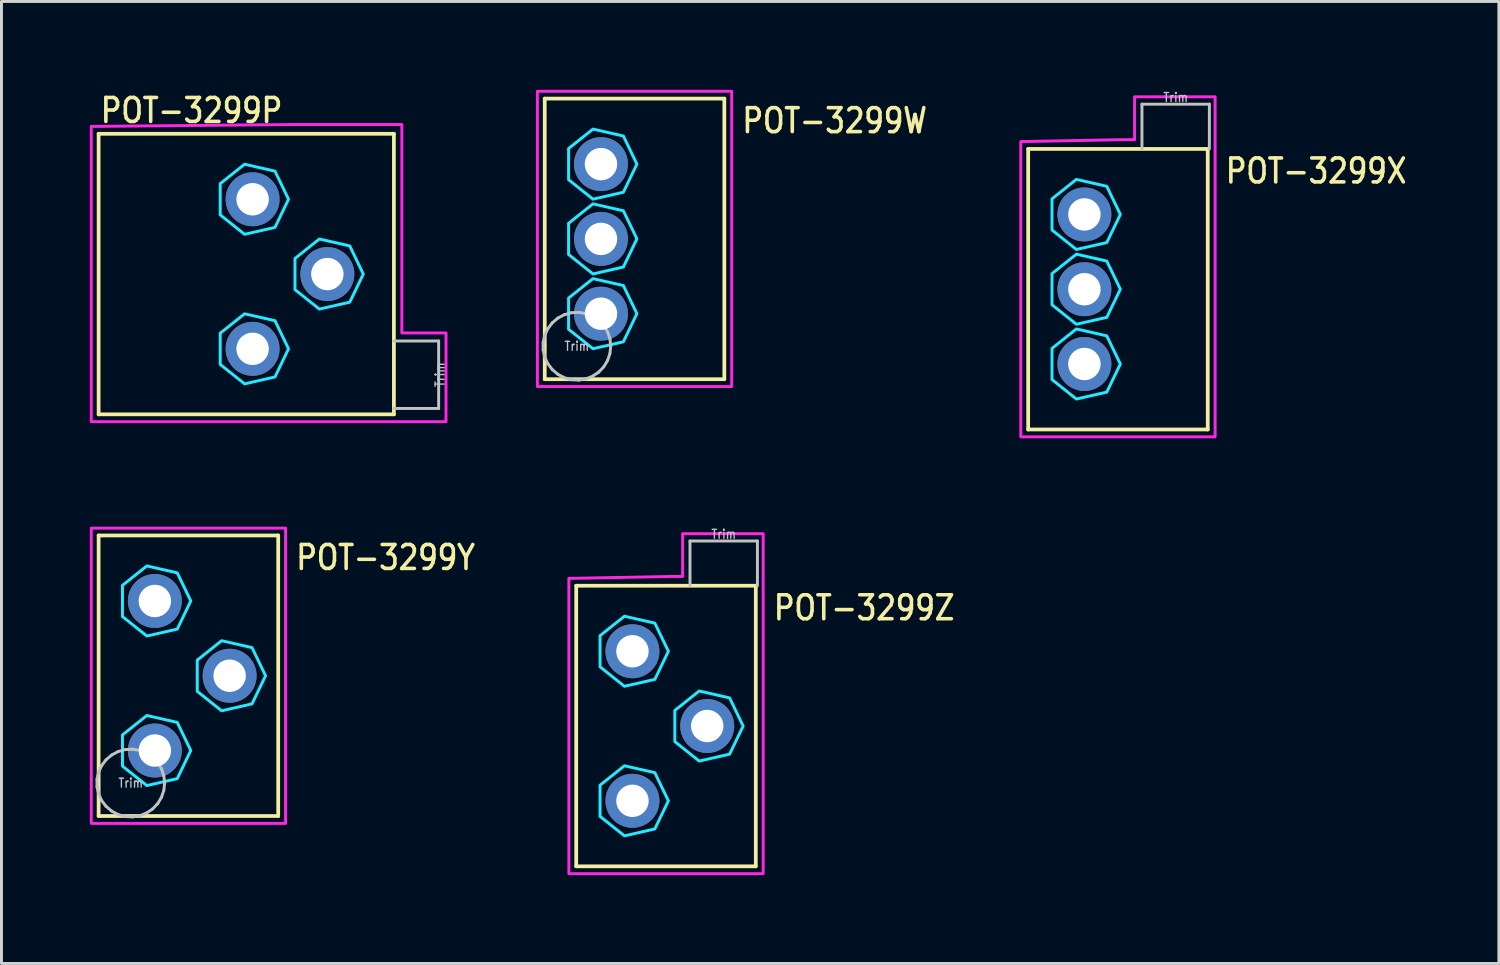
<source format=kicad_pcb>
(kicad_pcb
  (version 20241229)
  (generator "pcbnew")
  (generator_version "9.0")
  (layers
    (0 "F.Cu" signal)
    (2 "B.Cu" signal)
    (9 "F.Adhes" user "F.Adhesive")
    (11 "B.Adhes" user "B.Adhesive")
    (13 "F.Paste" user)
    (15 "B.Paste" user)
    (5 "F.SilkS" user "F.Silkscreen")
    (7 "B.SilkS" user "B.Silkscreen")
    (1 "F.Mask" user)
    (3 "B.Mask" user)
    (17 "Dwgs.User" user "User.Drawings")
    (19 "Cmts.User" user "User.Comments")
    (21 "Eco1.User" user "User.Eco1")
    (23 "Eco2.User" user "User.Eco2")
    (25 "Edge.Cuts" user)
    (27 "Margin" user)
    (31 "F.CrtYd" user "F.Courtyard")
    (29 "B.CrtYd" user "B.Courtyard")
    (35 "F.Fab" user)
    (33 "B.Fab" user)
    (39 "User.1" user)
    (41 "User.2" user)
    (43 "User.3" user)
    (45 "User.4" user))
  (footprint "POT-3299Z"
    (layer "F.Cu")
    (at 18.433 21.612)
    (property "Reference" "POT-3299Z" (at 4.73 -3.54 0) (unlocked yes) (layer "F.SilkS") (effects (font (size 0.813 0.695) (thickness 0.122)) (justify left bottom)))
    (fp_line (start -1.91 -4.765) (end 4.19 -4.765) (stroke (width 0.127) (type solid)) (layer "F.SilkS"))
    (fp_line (start -1.91 4.765) (end -1.91 -4.765) (stroke (width 0.127) (type solid)) (layer "F.SilkS"))
    (fp_line (start 4.19 -4.765) (end 4.19 4.765) (stroke (width 0.127) (type solid)) (layer "F.SilkS"))
    (fp_line (start 4.19 4.765) (end -1.91 4.765) (stroke (width 0.127) (type solid)) (layer "F.SilkS"))
    (fp_line (start 1.955 -6.285) (end 4.245 -6.285) (stroke (width 0.1) (type solid)) (layer "Dwgs.User"))
    (fp_line (start 1.955 -4.765) (end 1.955 -6.285) (stroke (width 0.1) (type solid)) (layer "Dwgs.User"))
    (fp_line (start 4.245 -6.285) (end 4.245 -4.765) (stroke (width 0.1) (type solid)) (layer "Dwgs.User"))
    (fp_poly (pts (xy 1.221 -2.54) (xy 0.761 -3.495) (xy -0.272 -3.73) (xy -1.1 -3.07) (xy -1.1 -2.01) (xy -0.272 -1.35) (xy 0.761 -1.585)) (stroke (width 0.1) (type solid)) (fill no) (layer "B.CrtYd"))
    (fp_poly (pts (xy 1.221 2.54) (xy 0.761 1.585) (xy -0.272 1.35) (xy -1.1 2.01) (xy -1.1 3.07) (xy -0.272 3.73) (xy 0.761 3.495)) (stroke (width 0.1) (type solid)) (fill no) (layer "B.CrtYd"))
    (fp_poly (pts (xy 3.761 0) (xy 3.301 -0.955) (xy 2.268 -1.19) (xy 1.44 -0.53) (xy 1.44 0.53) (xy 2.268 1.19) (xy 3.301 0.955)) (stroke (width 0.1) (type solid)) (fill no) (layer "B.CrtYd"))
    (fp_poly (pts (xy -2.16 -5.015) (xy 1.27 -5.08) (xy 1.705 -5.08) (xy 1.705 -6.535) (xy 4.44 -6.535) (xy 4.44 5.015) (xy -2.16 5.015)) (stroke (width 0.1) (type solid)) (fill no) (layer "F.CrtYd"))
    (fp_text user "Trim" (at 3.1 -6.515 0) (unlocked yes) (layer "Dwgs.User") (effects (font (size 0.305 0.261) (thickness 0.046))))
    (pad "P$1" thru_hole oval (at 0 2.54) (size 1.833 1.833) (drill 1.1) (layers "*.Cu" "*.Mask"))
    (pad "P$2" thru_hole oval (at 2.54 0) (size 1.833 1.833) (drill 1.1) (layers "*.Cu" "*.Mask"))
    (pad "P$3" thru_hole oval (at 0 -2.54) (size 1.833 1.833) (drill 1.1) (layers "*.Cu" "*.Mask")))
  (footprint "POT-3299P"
    (layer "F.Cu")
    (at 0.3 6.259)
    (property "Reference" "POT-3299P" (at 0 -5.08 0) (unlocked yes) (layer "F.SilkS") (effects (font (size 0.813 0.695) (thickness 0.122)) (justify left bottom)))
    (fp_line (start 0 -4.765) (end 10.03 -4.765) (stroke (width 0.127) (type solid)) (layer "F.SilkS"))
    (fp_line (start 0 4.765) (end 0 -4.765) (stroke (width 0.127) (type solid)) (layer "F.SilkS"))
    (fp_line (start 10.03 -4.765) (end 10.03 4.765) (stroke (width 0.127) (type solid)) (layer "F.SilkS"))
    (fp_line (start 10.03 4.765) (end 0 4.765) (stroke (width 0.127) (type solid)) (layer "F.SilkS"))
    (fp_line (start 10.03 2.275) (end 11.55 2.275) (stroke (width 0.1) (type solid)) (layer "Dwgs.User"))
    (fp_line (start 11.55 2.275) (end 11.55 4.565) (stroke (width 0.1) (type solid)) (layer "Dwgs.User"))
    (fp_line (start 11.55 4.565) (end 10.03 4.565) (stroke (width 0.1) (type solid)) (layer "Dwgs.User"))
    (fp_poly (pts (xy 6.451 -2.54) (xy 5.991 -3.495) (xy 4.958 -3.73) (xy 4.13 -3.07) (xy 4.13 -2.01) (xy 4.958 -1.35) (xy 5.991 -1.585)) (stroke (width 0.1) (type solid)) (fill no) (layer "B.CrtYd"))
    (fp_poly (pts (xy 6.451 2.54) (xy 5.991 1.585) (xy 4.958 1.35) (xy 4.13 2.01) (xy 4.13 3.07) (xy 4.958 3.73) (xy 5.991 3.495)) (stroke (width 0.1) (type solid)) (fill no) (layer "B.CrtYd"))
    (fp_poly (pts (xy 8.991 0) (xy 8.531 -0.955) (xy 7.498 -1.19) (xy 6.67 -0.53) (xy 6.67 0.53) (xy 7.498 1.19) (xy 8.531 0.955)) (stroke (width 0.1) (type solid)) (fill no) (layer "B.CrtYd"))
    (fp_poly (pts (xy -0.25 -5.015) (xy 6.67 -5.08) (xy 10.3 -5.08) (xy 10.3 2) (xy 11.8 2) (xy 11.8 5.015) (xy -0.25 5.015)) (stroke (width 0.1) (type solid)) (fill no) (layer "F.CrtYd"))
    (fp_text user "Trim" (at 11.595 3.42 90) (unlocked yes) (layer "Dwgs.User") (effects (font (size 0.305 0.261) (thickness 0.046))))
    (pad "P$1" thru_hole oval (at 5.23 2.54) (size 1.833 1.833) (drill 1.1) (layers "*.Cu" "*.Mask"))
    (pad "P$2" thru_hole oval (at 7.77 0) (size 1.833 1.833) (drill 1.1) (layers "*.Cu" "*.Mask"))
    (pad "P$3" thru_hole oval (at 5.23 -2.54) (size 1.833 1.833) (drill 1.1) (layers "*.Cu" "*.Mask")))
  (footprint "POT-3299W"
    (layer "F.Cu")
    (at 17.364 5.065)
    (property "Reference" "POT-3299W" (at 4.73 -3.54 0) (unlocked yes) (layer "F.SilkS") (effects (font (size 0.813 0.695) (thickness 0.122)) (justify left bottom)))
    (fp_line (start -1.91 -4.765) (end 4.19 -4.765) (stroke (width 0.127) (type solid)) (layer "F.SilkS"))
    (fp_line (start -1.91 4.765) (end -1.91 -4.765) (stroke (width 0.127) (type solid)) (layer "F.SilkS"))
    (fp_line (start 4.19 -4.765) (end 4.19 4.765) (stroke (width 0.127) (type solid)) (layer "F.SilkS"))
    (fp_line (start 4.19 4.765) (end -1.91 4.765) (stroke (width 0.127) (type solid)) (layer "F.SilkS"))
    (fp_line (start -1.965 3.52) (end -1.965 3.77) (stroke (width 0.1) (type solid)) (layer "Dwgs.User"))
    (fp_line (start -1.965 3.77) (end -1.911 4.013) (stroke (width 0.1) (type solid)) (layer "Dwgs.User"))
    (fp_line (start -1.911 3.277) (end -1.965 3.52) (stroke (width 0.1) (type solid)) (layer "Dwgs.User"))
    (fp_line (start -1.911 4.013) (end -1.807 4.239) (stroke (width 0.1) (type solid)) (layer "Dwgs.User"))
    (fp_line (start -1.807 3.051) (end -1.911 3.277) (stroke (width 0.1) (type solid)) (layer "Dwgs.User"))
    (fp_line (start -1.807 4.239) (end -1.656 4.437) (stroke (width 0.1) (type solid)) (layer "Dwgs.User"))
    (fp_line (start -1.656 2.853) (end -1.807 3.051) (stroke (width 0.1) (type solid)) (layer "Dwgs.User"))
    (fp_line (start -1.656 4.437) (end -1.466 4.598) (stroke (width 0.1) (type solid)) (layer "Dwgs.User"))
    (fp_line (start -1.466 2.692) (end -1.656 2.853) (stroke (width 0.1) (type solid)) (layer "Dwgs.User"))
    (fp_line (start -1.466 4.598) (end -1.246 4.715) (stroke (width 0.1) (type solid)) (layer "Dwgs.User"))
    (fp_line (start -1.246 2.575) (end -1.466 2.692) (stroke (width 0.1) (type solid)) (layer "Dwgs.User"))
    (fp_line (start -1.246 4.715) (end -1.006 4.782) (stroke (width 0.1) (type solid)) (layer "Dwgs.User"))
    (fp_line (start -1.006 2.508) (end -1.246 2.575) (stroke (width 0.1) (type solid)) (layer "Dwgs.User"))
    (fp_line (start -1.006 4.782) (end -0.758 4.795) (stroke (width 0.1) (type solid)) (layer "Dwgs.User"))
    (fp_line (start -0.758 2.495) (end -1.006 2.508) (stroke (width 0.1) (type solid)) (layer "Dwgs.User"))
    (fp_line (start -0.758 4.795) (end -0.512 4.755) (stroke (width 0.1) (type solid)) (layer "Dwgs.User"))
    (fp_line (start -0.512 2.535) (end -0.758 2.495) (stroke (width 0.1) (type solid)) (layer "Dwgs.User"))
    (fp_line (start -0.512 4.755) (end -0.281 4.663) (stroke (width 0.1) (type solid)) (layer "Dwgs.User"))
    (fp_line (start -0.281 2.627) (end -0.512 2.535) (stroke (width 0.1) (type solid)) (layer "Dwgs.User"))
    (fp_line (start -0.281 4.663) (end -0.074 4.523) (stroke (width 0.1) (type solid)) (layer "Dwgs.User"))
    (fp_line (start -0.074 2.767) (end -0.281 2.627) (stroke (width 0.1) (type solid)) (layer "Dwgs.User"))
    (fp_line (start -0.074 4.523) (end 0.097 4.342) (stroke (width 0.1) (type solid)) (layer "Dwgs.User"))
    (fp_line (start 0.097 2.948) (end -0.074 2.767) (stroke (width 0.1) (type solid)) (layer "Dwgs.User"))
    (fp_line (start 0.097 4.342) (end 0.225 4.129) (stroke (width 0.1) (type solid)) (layer "Dwgs.User"))
    (fp_line (start 0.225 3.161) (end 0.097 2.948) (stroke (width 0.1) (type solid)) (layer "Dwgs.User"))
    (fp_line (start 0.225 4.129) (end 0.305 3.893) (stroke (width 0.1) (type solid)) (layer "Dwgs.User"))
    (fp_line (start 0.305 3.397) (end 0.225 3.161) (stroke (width 0.1) (type solid)) (layer "Dwgs.User"))
    (fp_line (start 0.305 3.893) (end 0.332 3.645) (stroke (width 0.1) (type solid)) (layer "Dwgs.User"))
    (fp_line (start 0.332 3.645) (end 0.305 3.397) (stroke (width 0.1) (type solid)) (layer "Dwgs.User"))
    (fp_poly (pts (xy 1.221 -2.54) (xy 0.761 -3.495) (xy -0.272 -3.73) (xy -1.1 -3.07) (xy -1.1 -2.01) (xy -0.272 -1.35) (xy 0.761 -1.585)) (stroke (width 0.1) (type solid)) (fill no) (layer "B.CrtYd"))
    (fp_poly (pts (xy 1.221 0) (xy 0.761 -0.955) (xy -0.272 -1.19) (xy -1.1 -0.53) (xy -1.1 0.53) (xy -0.272 1.19) (xy 0.761 0.955)) (stroke (width 0.1) (type solid)) (fill no) (layer "B.CrtYd"))
    (fp_poly (pts (xy 1.221 2.54) (xy 0.761 1.585) (xy -0.272 1.35) (xy -1.1 2.01) (xy -1.1 3.07) (xy -0.272 3.73) (xy 0.761 3.495)) (stroke (width 0.1) (type solid)) (fill no) (layer "B.CrtYd"))
    (fp_poly (pts (xy -2.16 -5.015) (xy 4.44 -5.015) (xy 4.44 5.015) (xy -2.16 5.015)) (stroke (width 0.1) (type solid)) (fill no) (layer "F.CrtYd"))
    (fp_text user "Trim" (at -0.82 3.645 0) (unlocked yes) (layer "Dwgs.User") (effects (font (size 0.305 0.261) (thickness 0.046))))
    (pad "P$1" thru_hole oval (at 0 2.54) (size 1.833 1.833) (drill 1.1) (layers "*.Cu" "*.Mask"))
    (pad "P$2" thru_hole oval (at 0 0) (size 1.833 1.833) (drill 1.1) (layers "*.Cu" "*.Mask"))
    (pad "P$3" thru_hole oval (at 0 -2.54) (size 1.833 1.833) (drill 1.1) (layers "*.Cu" "*.Mask")))
  (footprint "POT-3299Y"
    (layer "F.Cu")
    (at 2.21 19.904)
    (property "Reference" "POT-3299Y" (at 4.73 -3.54 0) (unlocked yes) (layer "F.SilkS") (effects (font (size 0.813 0.695) (thickness 0.122)) (justify left bottom)))
    (fp_line (start -1.91 -4.765) (end 4.19 -4.765) (stroke (width 0.127) (type solid)) (layer "F.SilkS"))
    (fp_line (start -1.91 4.765) (end -1.91 -4.765) (stroke (width 0.127) (type solid)) (layer "F.SilkS"))
    (fp_line (start 4.19 -4.765) (end 4.19 4.765) (stroke (width 0.127) (type solid)) (layer "F.SilkS"))
    (fp_line (start 4.19 4.765) (end -1.91 4.765) (stroke (width 0.127) (type solid)) (layer "F.SilkS"))
    (fp_line (start -1.965 3.52) (end -1.965 3.77) (stroke (width 0.1) (type solid)) (layer "Dwgs.User"))
    (fp_line (start -1.965 3.77) (end -1.911 4.013) (stroke (width 0.1) (type solid)) (layer "Dwgs.User"))
    (fp_line (start -1.911 3.277) (end -1.965 3.52) (stroke (width 0.1) (type solid)) (layer "Dwgs.User"))
    (fp_line (start -1.911 4.013) (end -1.807 4.239) (stroke (width 0.1) (type solid)) (layer "Dwgs.User"))
    (fp_line (start -1.807 3.051) (end -1.911 3.277) (stroke (width 0.1) (type solid)) (layer "Dwgs.User"))
    (fp_line (start -1.807 4.239) (end -1.656 4.437) (stroke (width 0.1) (type solid)) (layer "Dwgs.User"))
    (fp_line (start -1.656 2.853) (end -1.807 3.051) (stroke (width 0.1) (type solid)) (layer "Dwgs.User"))
    (fp_line (start -1.656 4.437) (end -1.466 4.598) (stroke (width 0.1) (type solid)) (layer "Dwgs.User"))
    (fp_line (start -1.466 2.692) (end -1.656 2.853) (stroke (width 0.1) (type solid)) (layer "Dwgs.User"))
    (fp_line (start -1.466 4.598) (end -1.246 4.715) (stroke (width 0.1) (type solid)) (layer "Dwgs.User"))
    (fp_line (start -1.246 2.575) (end -1.466 2.692) (stroke (width 0.1) (type solid)) (layer "Dwgs.User"))
    (fp_line (start -1.246 4.715) (end -1.006 4.782) (stroke (width 0.1) (type solid)) (layer "Dwgs.User"))
    (fp_line (start -1.006 2.508) (end -1.246 2.575) (stroke (width 0.1) (type solid)) (layer "Dwgs.User"))
    (fp_line (start -1.006 4.782) (end -0.758 4.795) (stroke (width 0.1) (type solid)) (layer "Dwgs.User"))
    (fp_line (start -0.758 2.495) (end -1.006 2.508) (stroke (width 0.1) (type solid)) (layer "Dwgs.User"))
    (fp_line (start -0.758 4.795) (end -0.512 4.755) (stroke (width 0.1) (type solid)) (layer "Dwgs.User"))
    (fp_line (start -0.512 2.535) (end -0.758 2.495) (stroke (width 0.1) (type solid)) (layer "Dwgs.User"))
    (fp_line (start -0.512 4.755) (end -0.281 4.663) (stroke (width 0.1) (type solid)) (layer "Dwgs.User"))
    (fp_line (start -0.281 2.627) (end -0.512 2.535) (stroke (width 0.1) (type solid)) (layer "Dwgs.User"))
    (fp_line (start -0.281 4.663) (end -0.074 4.523) (stroke (width 0.1) (type solid)) (layer "Dwgs.User"))
    (fp_line (start -0.074 2.767) (end -0.281 2.627) (stroke (width 0.1) (type solid)) (layer "Dwgs.User"))
    (fp_line (start -0.074 4.523) (end 0.097 4.342) (stroke (width 0.1) (type solid)) (layer "Dwgs.User"))
    (fp_line (start 0.097 2.948) (end -0.074 2.767) (stroke (width 0.1) (type solid)) (layer "Dwgs.User"))
    (fp_line (start 0.097 4.342) (end 0.225 4.129) (stroke (width 0.1) (type solid)) (layer "Dwgs.User"))
    (fp_line (start 0.225 3.161) (end 0.097 2.948) (stroke (width 0.1) (type solid)) (layer "Dwgs.User"))
    (fp_line (start 0.225 4.129) (end 0.305 3.893) (stroke (width 0.1) (type solid)) (layer "Dwgs.User"))
    (fp_line (start 0.305 3.397) (end 0.225 3.161) (stroke (width 0.1) (type solid)) (layer "Dwgs.User"))
    (fp_line (start 0.305 3.893) (end 0.332 3.645) (stroke (width 0.1) (type solid)) (layer "Dwgs.User"))
    (fp_line (start 0.332 3.645) (end 0.305 3.397) (stroke (width 0.1) (type solid)) (layer "Dwgs.User"))
    (fp_poly (pts (xy 1.221 -2.54) (xy 0.761 -3.495) (xy -0.272 -3.73) (xy -1.1 -3.07) (xy -1.1 -2.01) (xy -0.272 -1.35) (xy 0.761 -1.585)) (stroke (width 0.1) (type solid)) (fill no) (layer "B.CrtYd"))
    (fp_poly (pts (xy 1.221 2.54) (xy 0.761 1.585) (xy -0.272 1.35) (xy -1.1 2.01) (xy -1.1 3.07) (xy -0.272 3.73) (xy 0.761 3.495)) (stroke (width 0.1) (type solid)) (fill no) (layer "B.CrtYd"))
    (fp_poly (pts (xy 3.761 0) (xy 3.301 -0.955) (xy 2.268 -1.19) (xy 1.44 -0.53) (xy 1.44 0.53) (xy 2.268 1.19) (xy 3.301 0.955)) (stroke (width 0.1) (type solid)) (fill no) (layer "B.CrtYd"))
    (fp_poly (pts (xy -2.16 -5.015) (xy 4.44 -5.015) (xy 4.44 5.015) (xy -2.16 5.015)) (stroke (width 0.1) (type solid)) (fill no) (layer "F.CrtYd"))
    (fp_text user "Trim" (at -0.82 3.645 0) (unlocked yes) (layer "Dwgs.User") (effects (font (size 0.305 0.261) (thickness 0.046))))
    (pad "P$1" thru_hole oval (at 0 2.54) (size 1.833 1.833) (drill 1.1) (layers "*.Cu" "*.Mask"))
    (pad "P$2" thru_hole oval (at 2.54 0) (size 1.833 1.833) (drill 1.1) (layers "*.Cu" "*.Mask"))
    (pad "P$3" thru_hole oval (at 0 -2.54) (size 1.833 1.833) (drill 1.1) (layers "*.Cu" "*.Mask")))
  (footprint "POT-3299X"
    (layer "F.Cu")
    (at 33.785 6.774)
    (property "Reference" "POT-3299X" (at 4.73 -3.54 0) (unlocked yes) (layer "F.SilkS") (effects (font (size 0.813 0.695) (thickness 0.122)) (justify left bottom)))
    (fp_line (start -1.91 -4.765) (end 4.19 -4.765) (stroke (width 0.127) (type solid)) (layer "F.SilkS"))
    (fp_line (start -1.91 4.765) (end -1.91 -4.765) (stroke (width 0.127) (type solid)) (layer "F.SilkS"))
    (fp_line (start 4.19 -4.765) (end 4.19 4.765) (stroke (width 0.127) (type solid)) (layer "F.SilkS"))
    (fp_line (start 4.19 4.765) (end -1.91 4.765) (stroke (width 0.127) (type solid)) (layer "F.SilkS"))
    (fp_line (start 1.955 -6.285) (end 4.245 -6.285) (stroke (width 0.1) (type solid)) (layer "Dwgs.User"))
    (fp_line (start 1.955 -4.765) (end 1.955 -6.285) (stroke (width 0.1) (type solid)) (layer "Dwgs.User"))
    (fp_line (start 4.245 -6.285) (end 4.245 -4.765) (stroke (width 0.1) (type solid)) (layer "Dwgs.User"))
    (fp_poly (pts (xy 1.221 -2.54) (xy 0.761 -3.495) (xy -0.272 -3.73) (xy -1.1 -3.07) (xy -1.1 -2.01) (xy -0.272 -1.35) (xy 0.761 -1.585)) (stroke (width 0.1) (type solid)) (fill no) (layer "B.CrtYd"))
    (fp_poly (pts (xy 1.221 0) (xy 0.761 -0.955) (xy -0.272 -1.19) (xy -1.1 -0.53) (xy -1.1 0.53) (xy -0.272 1.19) (xy 0.761 0.955)) (stroke (width 0.1) (type solid)) (fill no) (layer "B.CrtYd"))
    (fp_poly (pts (xy 1.221 2.54) (xy 0.761 1.585) (xy -0.272 1.35) (xy -1.1 2.01) (xy -1.1 3.07) (xy -0.272 3.73) (xy 0.761 3.495)) (stroke (width 0.1) (type solid)) (fill no) (layer "B.CrtYd"))
    (fp_poly (pts (xy -2.16 -5.015) (xy 1.27 -5.08) (xy 1.705 -5.08) (xy 1.705 -6.535) (xy 4.44 -6.535) (xy 4.44 5.015) (xy -2.16 5.015)) (stroke (width 0.1) (type solid)) (fill no) (layer "F.CrtYd"))
    (fp_text user "Trim" (at 3.1 -6.515 0) (unlocked yes) (layer "Dwgs.User") (effects (font (size 0.305 0.261) (thickness 0.046))))
    (pad "P$1" thru_hole oval (at 0 2.54) (size 1.833 1.833) (drill 1.1) (layers "*.Cu" "*.Mask"))
    (pad "P$2" thru_hole oval (at 0 0) (size 1.833 1.833) (drill 1.1) (layers "*.Cu" "*.Mask"))
    (pad "P$3" thru_hole oval (at 0 -2.54) (size 1.833 1.833) (drill 1.1) (layers "*.Cu" "*.Mask")))
  (gr_rect
    (start -3 -3)
    (end 47.864 29.677)
    (stroke (width 0.1) (type default))
    (fill no)
    (layer "Edge.Cuts")))
</source>
